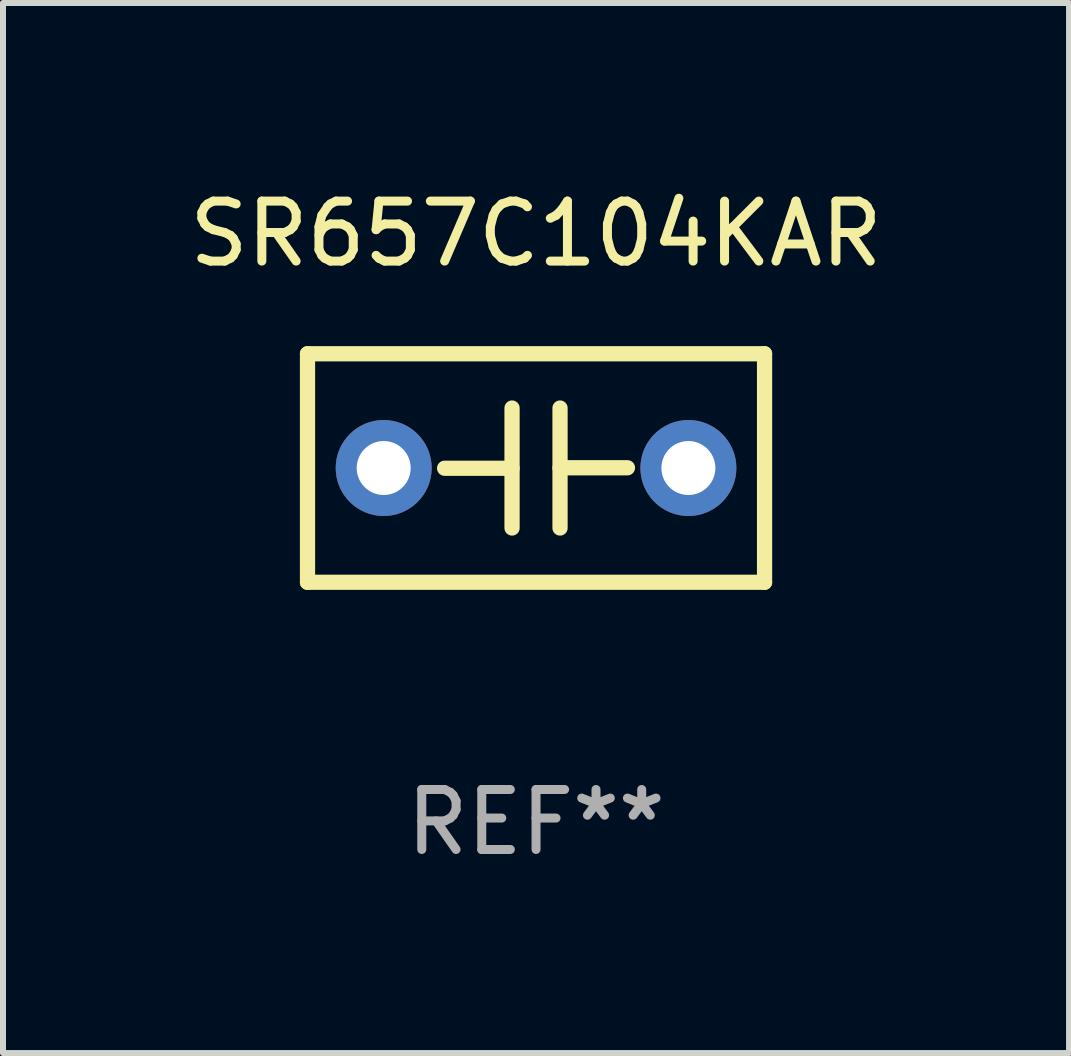
<source format=kicad_pcb>
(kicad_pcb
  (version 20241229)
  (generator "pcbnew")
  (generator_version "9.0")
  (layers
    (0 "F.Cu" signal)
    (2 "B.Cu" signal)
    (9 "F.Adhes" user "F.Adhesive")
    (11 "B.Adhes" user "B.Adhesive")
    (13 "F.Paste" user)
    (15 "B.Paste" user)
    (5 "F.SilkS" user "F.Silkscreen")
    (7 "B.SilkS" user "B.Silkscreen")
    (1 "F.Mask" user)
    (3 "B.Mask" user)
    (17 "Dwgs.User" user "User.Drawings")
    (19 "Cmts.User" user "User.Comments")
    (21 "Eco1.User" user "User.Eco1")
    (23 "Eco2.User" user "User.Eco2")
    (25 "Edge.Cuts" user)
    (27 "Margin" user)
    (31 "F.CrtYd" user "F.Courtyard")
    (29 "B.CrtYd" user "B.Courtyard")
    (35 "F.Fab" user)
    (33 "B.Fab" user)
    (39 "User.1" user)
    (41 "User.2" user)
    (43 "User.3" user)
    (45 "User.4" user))
  (footprint "SR657C104KAR"
    (layer "F.Cu")
    (at 5.887 4.753)
    (property "Reference" "SR657C104KAR" (at 0 -3.905 0) (layer "F.SilkS") (effects (font (size 1 1) (thickness 0.15))))
    (attr through_hole)
    (fp_line (start -3.81 -1.905) (end 3.81 -1.905) (stroke (width 0.254) (type solid)) (layer "F.SilkS"))
    (fp_line (start -3.81 1.905) (end -3.81 -1.905) (stroke (width 0.254) (type solid)) (layer "F.SilkS"))
    (fp_line (start -0.4 -1) (end -0.4 1) (stroke (width 0.254) (type solid)) (layer "F.SilkS"))
    (fp_line (start -0.4 0.004) (end -1.524 0.004) (stroke (width 0.254) (type solid)) (layer "F.SilkS"))
    (fp_line (start 0.4 -0.004) (end 1.524 -0.004) (stroke (width 0.254) (type solid)) (layer "F.SilkS"))
    (fp_line (start 0.4 1) (end 0.4 -1) (stroke (width 0.254) (type solid)) (layer "F.SilkS"))
    (fp_line (start 3.81 -1.905) (end 3.81 1.905) (stroke (width 0.254) (type solid)) (layer "F.SilkS"))
    (fp_line (start 3.81 1.905) (end -3.81 1.905) (stroke (width 0.254) (type solid)) (layer "F.SilkS"))
    (fp_circle (center -3.8 1.9) (end -3.77 1.9) (stroke (width 0.06) (type solid)) (fill no) (layer "F.SilkS"))
    (fp_text user "REF**" (at 0 5.905 0) (layer "F.Fab") (effects (font (size 1 1) (thickness 0.15))))
    (pad "1" thru_hole circle (at -2.54 0) (size 1.6 1.6) (drill 0.9) (layers "*.Cu" "*.Mask"))
    (pad "2" thru_hole circle (at 2.54 0) (size 1.6 1.6) (drill 0.9) (layers "*.Cu" "*.Mask")))
  (gr_rect
    (start -3 -3)
    (end 14.774 14.507)
    (stroke (width 0.1) (type default))
    (fill no)
    (layer "Edge.Cuts")))
</source>
